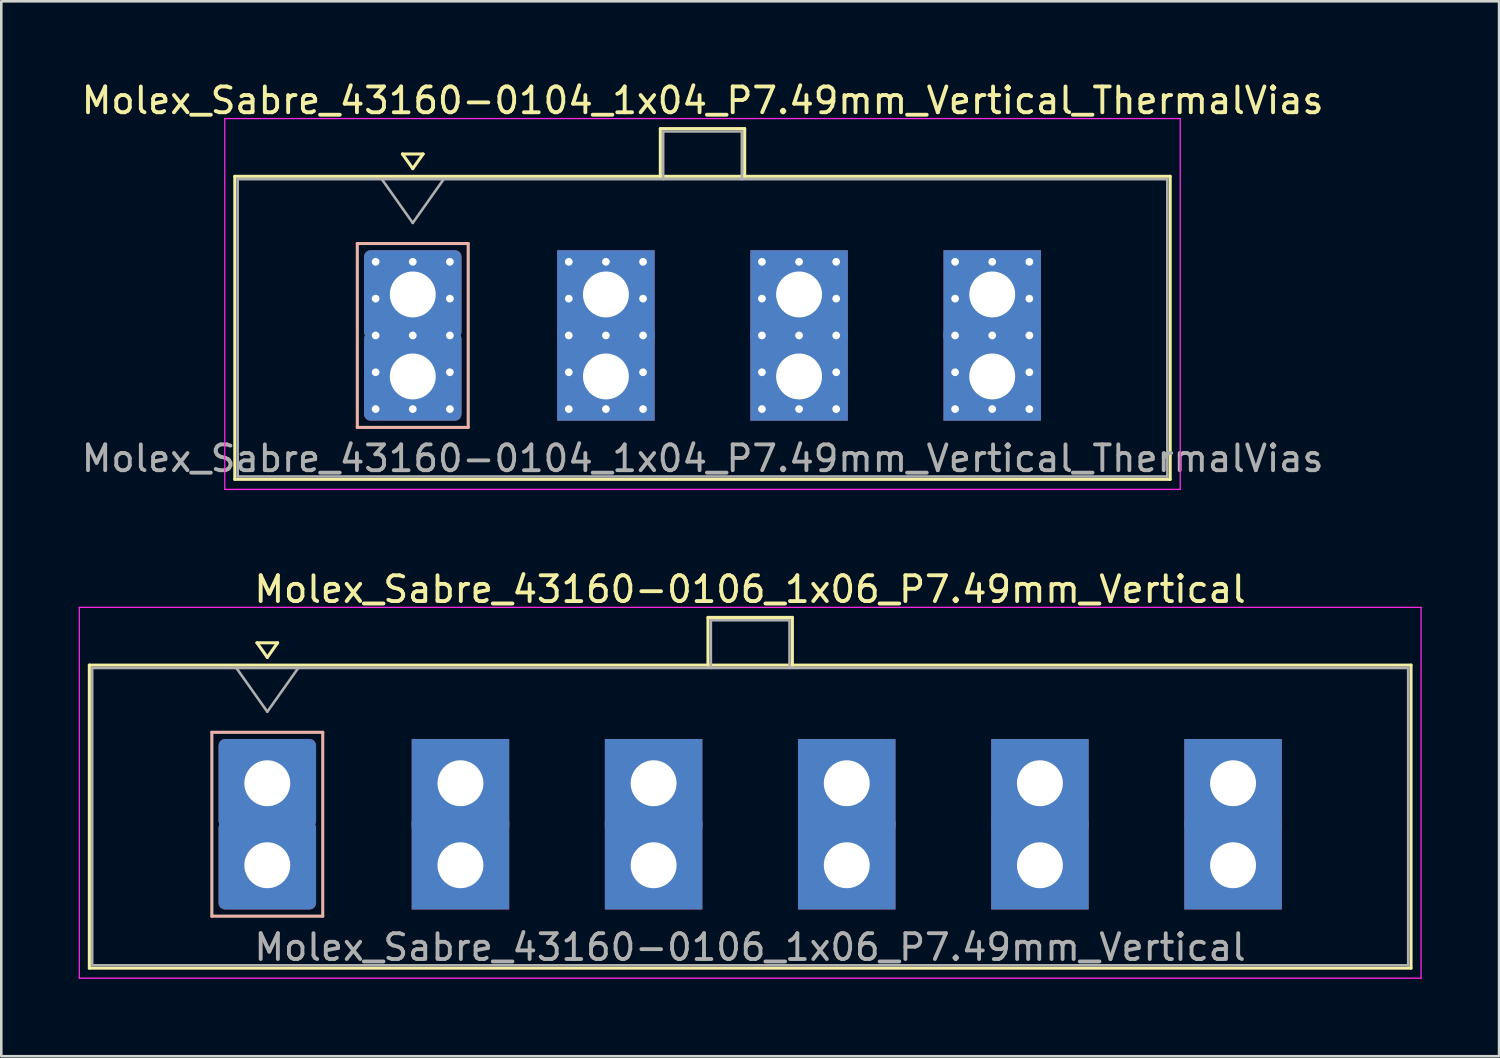
<source format=kicad_pcb>
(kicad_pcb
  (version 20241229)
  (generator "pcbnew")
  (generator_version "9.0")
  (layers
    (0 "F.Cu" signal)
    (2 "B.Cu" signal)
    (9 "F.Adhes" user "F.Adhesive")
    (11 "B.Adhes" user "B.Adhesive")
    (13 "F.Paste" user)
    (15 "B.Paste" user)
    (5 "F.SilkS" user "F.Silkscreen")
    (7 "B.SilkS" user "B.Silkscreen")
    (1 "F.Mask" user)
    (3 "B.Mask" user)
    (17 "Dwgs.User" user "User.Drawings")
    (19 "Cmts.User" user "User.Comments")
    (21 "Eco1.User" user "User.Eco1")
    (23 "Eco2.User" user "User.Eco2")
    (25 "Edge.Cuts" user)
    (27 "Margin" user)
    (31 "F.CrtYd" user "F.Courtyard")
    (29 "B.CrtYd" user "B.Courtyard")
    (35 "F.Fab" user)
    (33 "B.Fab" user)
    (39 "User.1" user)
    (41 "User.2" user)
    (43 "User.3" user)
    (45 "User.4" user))
  (footprint "Molex_Sabre_43160-0104_1x04_P7.49mm_Vertical_ThermalVias"
    (layer "F.Cu")
    (at 12.956 11.548)
    (property "Reference" "Molex_Sabre_43160-0104_1x04_P7.49mm_Vertical_ThermalVias" (at 11.24 -10.7 0) (layer "F.SilkS") (effects (font (size 1 1) (thickness 0.15))))
    (attr through_hole)
    (fp_line (start -6.9 -7.76) (end -6.9 3.99) (stroke (width 0.12) (type solid)) (layer "F.SilkS"))
    (fp_line (start -6.9 3.99) (end 29.37 3.99) (stroke (width 0.12) (type solid)) (layer "F.SilkS"))
    (fp_line (start -0.4 -8.626) (end 0 -8.06) (stroke (width 0.12) (type solid)) (layer "F.SilkS"))
    (fp_line (start 0 -8.06) (end 0.4 -8.626) (stroke (width 0.12) (type solid)) (layer "F.SilkS"))
    (fp_line (start 0.4 -8.626) (end -0.4 -8.626) (stroke (width 0.12) (type solid)) (layer "F.SilkS"))
    (fp_line (start 9.6 -9.61) (end 12.87 -9.61) (stroke (width 0.12) (type solid)) (layer "F.SilkS"))
    (fp_line (start 9.6 -7.76) (end 9.6 -9.61) (stroke (width 0.12) (type solid)) (layer "F.SilkS"))
    (fp_line (start 12.87 -9.61) (end 12.87 -7.76) (stroke (width 0.12) (type solid)) (layer "F.SilkS"))
    (fp_line (start 29.37 -7.76) (end -6.9 -7.76) (stroke (width 0.12) (type solid)) (layer "F.SilkS"))
    (fp_line (start 29.37 3.99) (end 29.37 -7.76) (stroke (width 0.12) (type solid)) (layer "F.SilkS"))
    (fp_line (start -2.15 -5.155) (end -2.15 1.975) (stroke (width 0.12) (type solid)) (layer "B.SilkS"))
    (fp_line (start -2.15 1.975) (end 2.15 1.975) (stroke (width 0.12) (type solid)) (layer "B.SilkS"))
    (fp_line (start 2.15 -5.155) (end -2.15 -5.155) (stroke (width 0.12) (type solid)) (layer "B.SilkS"))
    (fp_line (start 2.15 1.975) (end 2.15 -5.155) (stroke (width 0.12) (type solid)) (layer "B.SilkS"))
    (fp_line (start -7.29 -10) (end -7.29 4.38) (stroke (width 0.05) (type solid)) (layer "F.CrtYd"))
    (fp_line (start -7.29 4.38) (end 29.76 4.38) (stroke (width 0.05) (type solid)) (layer "F.CrtYd"))
    (fp_line (start 29.76 -10) (end -7.29 -10) (stroke (width 0.05) (type solid)) (layer "F.CrtYd"))
    (fp_line (start 29.76 4.38) (end 29.76 -10) (stroke (width 0.05) (type solid)) (layer "F.CrtYd"))
    (fp_line (start -6.79 -7.65) (end -6.79 3.88) (stroke (width 0.1) (type solid)) (layer "F.Fab"))
    (fp_line (start -6.79 3.88) (end 29.26 3.88) (stroke (width 0.1) (type solid)) (layer "F.Fab"))
    (fp_line (start -1.2 -7.65) (end 0 -5.953) (stroke (width 0.1) (type solid)) (layer "F.Fab"))
    (fp_line (start 0 -5.953) (end 1.2 -7.65) (stroke (width 0.1) (type solid)) (layer "F.Fab"))
    (fp_line (start 9.71 -9.5) (end 12.76 -9.5) (stroke (width 0.1) (type solid)) (layer "F.Fab"))
    (fp_line (start 9.71 -7.65) (end 9.71 -9.5) (stroke (width 0.1) (type solid)) (layer "F.Fab"))
    (fp_line (start 12.76 -9.5) (end 12.76 -7.65) (stroke (width 0.1) (type solid)) (layer "F.Fab"))
    (fp_line (start 29.26 -7.65) (end -6.79 -7.65) (stroke (width 0.1) (type solid)) (layer "F.Fab"))
    (fp_line (start 29.26 3.88) (end 29.26 -7.65) (stroke (width 0.1) (type solid)) (layer "F.Fab"))
    (fp_text user "${REFERENCE}" (at 11.24 3.18 0) (layer "F.Fab") (effects (font (size 1 1) (thickness 0.15))))
    (pad "1" thru_hole roundrect (at -1.44 -4.445) (size 0.6 0.6) (drill 0.3) (layers "*.Cu" "*.Mask") (roundrect_rratio 0.25))
    (pad "1" thru_hole roundrect (at -1.44 -3.018) (size 0.6 0.6) (drill 0.3) (layers "*.Cu" "*.Mask") (roundrect_rratio 0.25))
    (pad "1" thru_hole roundrect (at -1.44 -1.59) (size 0.6 0.6) (drill 0.3) (layers "*.Cu" "*.Mask") (roundrect_rratio 0.25))
    (pad "1" thru_hole roundrect (at -1.44 -0.163) (size 0.6 0.6) (drill 0.3) (layers "*.Cu" "*.Mask") (roundrect_rratio 0.25))
    (pad "1" thru_hole roundrect (at -1.44 1.265) (size 0.6 0.6) (drill 0.3) (layers "*.Cu" "*.Mask") (roundrect_rratio 0.25))
    (pad "1" thru_hole roundrect (at 0 -4.445) (size 0.6 0.6) (drill 0.3) (layers "*.Cu" "*.Mask") (roundrect_rratio 0.25))
    (pad "1" thru_hole roundrect (at 0 -3.18) (size 3.78 3.43) (drill 1.78) (layers "*.Cu" "*.Mask") (roundrect_rratio 0.073))
    (pad "1" thru_hole roundrect (at 0 -1.59) (size 0.6 0.6) (drill 0.3) (layers "*.Cu" "*.Mask") (roundrect_rratio 0.25))
    (pad "1" thru_hole roundrect (at 0 0) (size 3.78 3.43) (drill 1.78) (layers "*.Cu" "*.Mask") (roundrect_rratio 0.073))
    (pad "1" thru_hole roundrect (at 0 1.265) (size 0.6 0.6) (drill 0.3) (layers "*.Cu" "*.Mask") (roundrect_rratio 0.25))
    (pad "1" thru_hole roundrect (at 1.44 -4.445) (size 0.6 0.6) (drill 0.3) (layers "*.Cu" "*.Mask") (roundrect_rratio 0.25))
    (pad "1" thru_hole roundrect (at 1.44 -3.018) (size 0.6 0.6) (drill 0.3) (layers "*.Cu" "*.Mask") (roundrect_rratio 0.25))
    (pad "1" thru_hole roundrect (at 1.44 -1.59) (size 0.6 0.6) (drill 0.3) (layers "*.Cu" "*.Mask") (roundrect_rratio 0.25))
    (pad "1" thru_hole roundrect (at 1.44 -0.163) (size 0.6 0.6) (drill 0.3) (layers "*.Cu" "*.Mask") (roundrect_rratio 0.25))
    (pad "1" thru_hole roundrect (at 1.44 1.265) (size 0.6 0.6) (drill 0.3) (layers "*.Cu" "*.Mask") (roundrect_rratio 0.25))
    (pad "2" thru_hole circle (at 6.05 -4.445) (size 0.6 0.6) (drill 0.3) (layers "*.Cu" "*.Mask"))
    (pad "2" thru_hole circle (at 6.05 -3.018) (size 0.6 0.6) (drill 0.3) (layers "*.Cu" "*.Mask"))
    (pad "2" thru_hole circle (at 6.05 -1.59) (size 0.6 0.6) (drill 0.3) (layers "*.Cu" "*.Mask"))
    (pad "2" thru_hole circle (at 6.05 -0.163) (size 0.6 0.6) (drill 0.3) (layers "*.Cu" "*.Mask"))
    (pad "2" thru_hole circle (at 6.05 1.265) (size 0.6 0.6) (drill 0.3) (layers "*.Cu" "*.Mask"))
    (pad "2" thru_hole circle (at 7.49 -4.445) (size 0.6 0.6) (drill 0.3) (layers "*.Cu" "*.Mask"))
    (pad "2" thru_hole rect (at 7.49 -3.18) (size 3.78 3.43) (drill 1.78) (layers "*.Cu" "*.Mask"))
    (pad "2" thru_hole circle (at 7.49 -1.59) (size 0.6 0.6) (drill 0.3) (layers "*.Cu" "*.Mask"))
    (pad "2" thru_hole rect (at 7.49 0) (size 3.78 3.43) (drill 1.78) (layers "*.Cu" "*.Mask"))
    (pad "2" thru_hole circle (at 7.49 1.265) (size 0.6 0.6) (drill 0.3) (layers "*.Cu" "*.Mask"))
    (pad "2" thru_hole circle (at 8.93 -4.445) (size 0.6 0.6) (drill 0.3) (layers "*.Cu" "*.Mask"))
    (pad "2" thru_hole circle (at 8.93 -3.018) (size 0.6 0.6) (drill 0.3) (layers "*.Cu" "*.Mask"))
    (pad "2" thru_hole circle (at 8.93 -1.59) (size 0.6 0.6) (drill 0.3) (layers "*.Cu" "*.Mask"))
    (pad "2" thru_hole circle (at 8.93 -0.163) (size 0.6 0.6) (drill 0.3) (layers "*.Cu" "*.Mask"))
    (pad "2" thru_hole circle (at 8.93 1.265) (size 0.6 0.6) (drill 0.3) (layers "*.Cu" "*.Mask"))
    (pad "3" thru_hole circle (at 13.54 -4.445) (size 0.6 0.6) (drill 0.3) (layers "*.Cu" "*.Mask"))
    (pad "3" thru_hole circle (at 13.54 -3.018) (size 0.6 0.6) (drill 0.3) (layers "*.Cu" "*.Mask"))
    (pad "3" thru_hole circle (at 13.54 -1.59) (size 0.6 0.6) (drill 0.3) (layers "*.Cu" "*.Mask"))
    (pad "3" thru_hole circle (at 13.54 -0.163) (size 0.6 0.6) (drill 0.3) (layers "*.Cu" "*.Mask"))
    (pad "3" thru_hole circle (at 13.54 1.265) (size 0.6 0.6) (drill 0.3) (layers "*.Cu" "*.Mask"))
    (pad "3" thru_hole circle (at 14.98 -4.445) (size 0.6 0.6) (drill 0.3) (layers "*.Cu" "*.Mask"))
    (pad "3" thru_hole rect (at 14.98 -3.18) (size 3.78 3.43) (drill 1.78) (layers "*.Cu" "*.Mask"))
    (pad "3" thru_hole circle (at 14.98 -1.59) (size 0.6 0.6) (drill 0.3) (layers "*.Cu" "*.Mask"))
    (pad "3" thru_hole rect (at 14.98 0) (size 3.78 3.43) (drill 1.78) (layers "*.Cu" "*.Mask"))
    (pad "3" thru_hole circle (at 14.98 1.265) (size 0.6 0.6) (drill 0.3) (layers "*.Cu" "*.Mask"))
    (pad "3" thru_hole circle (at 16.42 -4.445) (size 0.6 0.6) (drill 0.3) (layers "*.Cu" "*.Mask"))
    (pad "3" thru_hole circle (at 16.42 -3.018) (size 0.6 0.6) (drill 0.3) (layers "*.Cu" "*.Mask"))
    (pad "3" thru_hole circle (at 16.42 -1.59) (size 0.6 0.6) (drill 0.3) (layers "*.Cu" "*.Mask"))
    (pad "3" thru_hole circle (at 16.42 -0.163) (size 0.6 0.6) (drill 0.3) (layers "*.Cu" "*.Mask"))
    (pad "3" thru_hole circle (at 16.42 1.265) (size 0.6 0.6) (drill 0.3) (layers "*.Cu" "*.Mask"))
    (pad "4" thru_hole circle (at 21.03 -4.445) (size 0.6 0.6) (drill 0.3) (layers "*.Cu" "*.Mask"))
    (pad "4" thru_hole circle (at 21.03 -3.018) (size 0.6 0.6) (drill 0.3) (layers "*.Cu" "*.Mask"))
    (pad "4" thru_hole circle (at 21.03 -1.59) (size 0.6 0.6) (drill 0.3) (layers "*.Cu" "*.Mask"))
    (pad "4" thru_hole circle (at 21.03 -0.163) (size 0.6 0.6) (drill 0.3) (layers "*.Cu" "*.Mask"))
    (pad "4" thru_hole circle (at 21.03 1.265) (size 0.6 0.6) (drill 0.3) (layers "*.Cu" "*.Mask"))
    (pad "4" thru_hole circle (at 22.47 -4.445) (size 0.6 0.6) (drill 0.3) (layers "*.Cu" "*.Mask"))
    (pad "4" thru_hole rect (at 22.47 -3.18) (size 3.78 3.43) (drill 1.78) (layers "*.Cu" "*.Mask"))
    (pad "4" thru_hole circle (at 22.47 -1.59) (size 0.6 0.6) (drill 0.3) (layers "*.Cu" "*.Mask"))
    (pad "4" thru_hole rect (at 22.47 0) (size 3.78 3.43) (drill 1.78) (layers "*.Cu" "*.Mask"))
    (pad "4" thru_hole circle (at 22.47 1.265) (size 0.6 0.6) (drill 0.3) (layers "*.Cu" "*.Mask"))
    (pad "4" thru_hole circle (at 23.91 -4.445) (size 0.6 0.6) (drill 0.3) (layers "*.Cu" "*.Mask"))
    (pad "4" thru_hole circle (at 23.91 -3.018) (size 0.6 0.6) (drill 0.3) (layers "*.Cu" "*.Mask"))
    (pad "4" thru_hole circle (at 23.91 -1.59) (size 0.6 0.6) (drill 0.3) (layers "*.Cu" "*.Mask"))
    (pad "4" thru_hole circle (at 23.91 -0.163) (size 0.6 0.6) (drill 0.3) (layers "*.Cu" "*.Mask"))
    (pad "4" thru_hole circle (at 23.91 1.265) (size 0.6 0.6) (drill 0.3) (layers "*.Cu" "*.Mask")))
  (footprint "Molex_Sabre_43160-0106_1x06_P7.49mm_Vertical"
    (layer "F.Cu")
    (at 7.315 30.502)
    (property "Reference" "Molex_Sabre_43160-0106_1x06_P7.49mm_Vertical" (at 18.72 -10.7 0) (layer "F.SilkS") (effects (font (size 1 1) (thickness 0.15))))
    (attr through_hole)
    (fp_line (start -6.9 -7.76) (end -6.9 3.99) (stroke (width 0.12) (type solid)) (layer "F.SilkS"))
    (fp_line (start -6.9 3.99) (end 44.35 3.99) (stroke (width 0.12) (type solid)) (layer "F.SilkS"))
    (fp_line (start -0.4 -8.626) (end 0 -8.06) (stroke (width 0.12) (type solid)) (layer "F.SilkS"))
    (fp_line (start 0 -8.06) (end 0.4 -8.626) (stroke (width 0.12) (type solid)) (layer "F.SilkS"))
    (fp_line (start 0.4 -8.626) (end -0.4 -8.626) (stroke (width 0.12) (type solid)) (layer "F.SilkS"))
    (fp_line (start 17.09 -9.61) (end 20.36 -9.61) (stroke (width 0.12) (type solid)) (layer "F.SilkS"))
    (fp_line (start 17.09 -7.76) (end 17.09 -9.61) (stroke (width 0.12) (type solid)) (layer "F.SilkS"))
    (fp_line (start 20.36 -9.61) (end 20.36 -7.76) (stroke (width 0.12) (type solid)) (layer "F.SilkS"))
    (fp_line (start 44.35 -7.76) (end -6.9 -7.76) (stroke (width 0.12) (type solid)) (layer "F.SilkS"))
    (fp_line (start 44.35 3.99) (end 44.35 -7.76) (stroke (width 0.12) (type solid)) (layer "F.SilkS"))
    (fp_line (start -2.15 -5.155) (end -2.15 1.975) (stroke (width 0.12) (type solid)) (layer "B.SilkS"))
    (fp_line (start -2.15 1.975) (end 2.15 1.975) (stroke (width 0.12) (type solid)) (layer "B.SilkS"))
    (fp_line (start 2.15 -5.155) (end -2.15 -5.155) (stroke (width 0.12) (type solid)) (layer "B.SilkS"))
    (fp_line (start 2.15 1.975) (end 2.15 -5.155) (stroke (width 0.12) (type solid)) (layer "B.SilkS"))
    (fp_line (start -7.29 -10) (end -7.29 4.38) (stroke (width 0.05) (type solid)) (layer "F.CrtYd"))
    (fp_line (start -7.29 4.38) (end 44.74 4.38) (stroke (width 0.05) (type solid)) (layer "F.CrtYd"))
    (fp_line (start 44.74 -10) (end -7.29 -10) (stroke (width 0.05) (type solid)) (layer "F.CrtYd"))
    (fp_line (start 44.74 4.38) (end 44.74 -10) (stroke (width 0.05) (type solid)) (layer "F.CrtYd"))
    (fp_line (start -6.79 -7.65) (end -6.79 3.88) (stroke (width 0.1) (type solid)) (layer "F.Fab"))
    (fp_line (start -6.79 3.88) (end 44.24 3.88) (stroke (width 0.1) (type solid)) (layer "F.Fab"))
    (fp_line (start -1.2 -7.65) (end 0 -5.953) (stroke (width 0.1) (type solid)) (layer "F.Fab"))
    (fp_line (start 0 -5.953) (end 1.2 -7.65) (stroke (width 0.1) (type solid)) (layer "F.Fab"))
    (fp_line (start 17.2 -9.5) (end 20.25 -9.5) (stroke (width 0.1) (type solid)) (layer "F.Fab"))
    (fp_line (start 17.2 -7.65) (end 17.2 -9.5) (stroke (width 0.1) (type solid)) (layer "F.Fab"))
    (fp_line (start 20.25 -9.5) (end 20.25 -7.65) (stroke (width 0.1) (type solid)) (layer "F.Fab"))
    (fp_line (start 44.24 -7.65) (end -6.79 -7.65) (stroke (width 0.1) (type solid)) (layer "F.Fab"))
    (fp_line (start 44.24 3.88) (end 44.24 -7.65) (stroke (width 0.1) (type solid)) (layer "F.Fab"))
    (fp_text user "${REFERENCE}" (at 18.72 3.18 0) (layer "F.Fab") (effects (font (size 1 1) (thickness 0.15))))
    (pad "1" thru_hole roundrect (at 0 -3.18) (size 3.78 3.43) (drill 1.78) (layers "*.Cu" "*.Mask") (roundrect_rratio 0.073))
    (pad "1" thru_hole roundrect (at 0 0) (size 3.78 3.43) (drill 1.78) (layers "*.Cu" "*.Mask") (roundrect_rratio 0.073))
    (pad "2" thru_hole rect (at 7.49 -3.18) (size 3.78 3.43) (drill 1.78) (layers "*.Cu" "*.Mask"))
    (pad "2" thru_hole rect (at 7.49 0) (size 3.78 3.43) (drill 1.78) (layers "*.Cu" "*.Mask"))
    (pad "3" thru_hole rect (at 14.98 -3.18) (size 3.78 3.43) (drill 1.78) (layers "*.Cu" "*.Mask"))
    (pad "3" thru_hole rect (at 14.98 0) (size 3.78 3.43) (drill 1.78) (layers "*.Cu" "*.Mask"))
    (pad "4" thru_hole rect (at 22.47 -3.18) (size 3.78 3.43) (drill 1.78) (layers "*.Cu" "*.Mask"))
    (pad "4" thru_hole rect (at 22.47 0) (size 3.78 3.43) (drill 1.78) (layers "*.Cu" "*.Mask"))
    (pad "5" thru_hole rect (at 29.96 -3.18) (size 3.78 3.43) (drill 1.78) (layers "*.Cu" "*.Mask"))
    (pad "5" thru_hole rect (at 29.96 0) (size 3.78 3.43) (drill 1.78) (layers "*.Cu" "*.Mask"))
    (pad "6" thru_hole rect (at 37.45 -3.18) (size 3.78 3.43) (drill 1.78) (layers "*.Cu" "*.Mask"))
    (pad "6" thru_hole rect (at 37.45 0) (size 3.78 3.43) (drill 1.78) (layers "*.Cu" "*.Mask")))
  (gr_rect
    (start -3 -3)
    (end 55.08 37.907)
    (stroke (width 0.1) (type default))
    (fill no)
    (layer "Edge.Cuts")))
</source>
